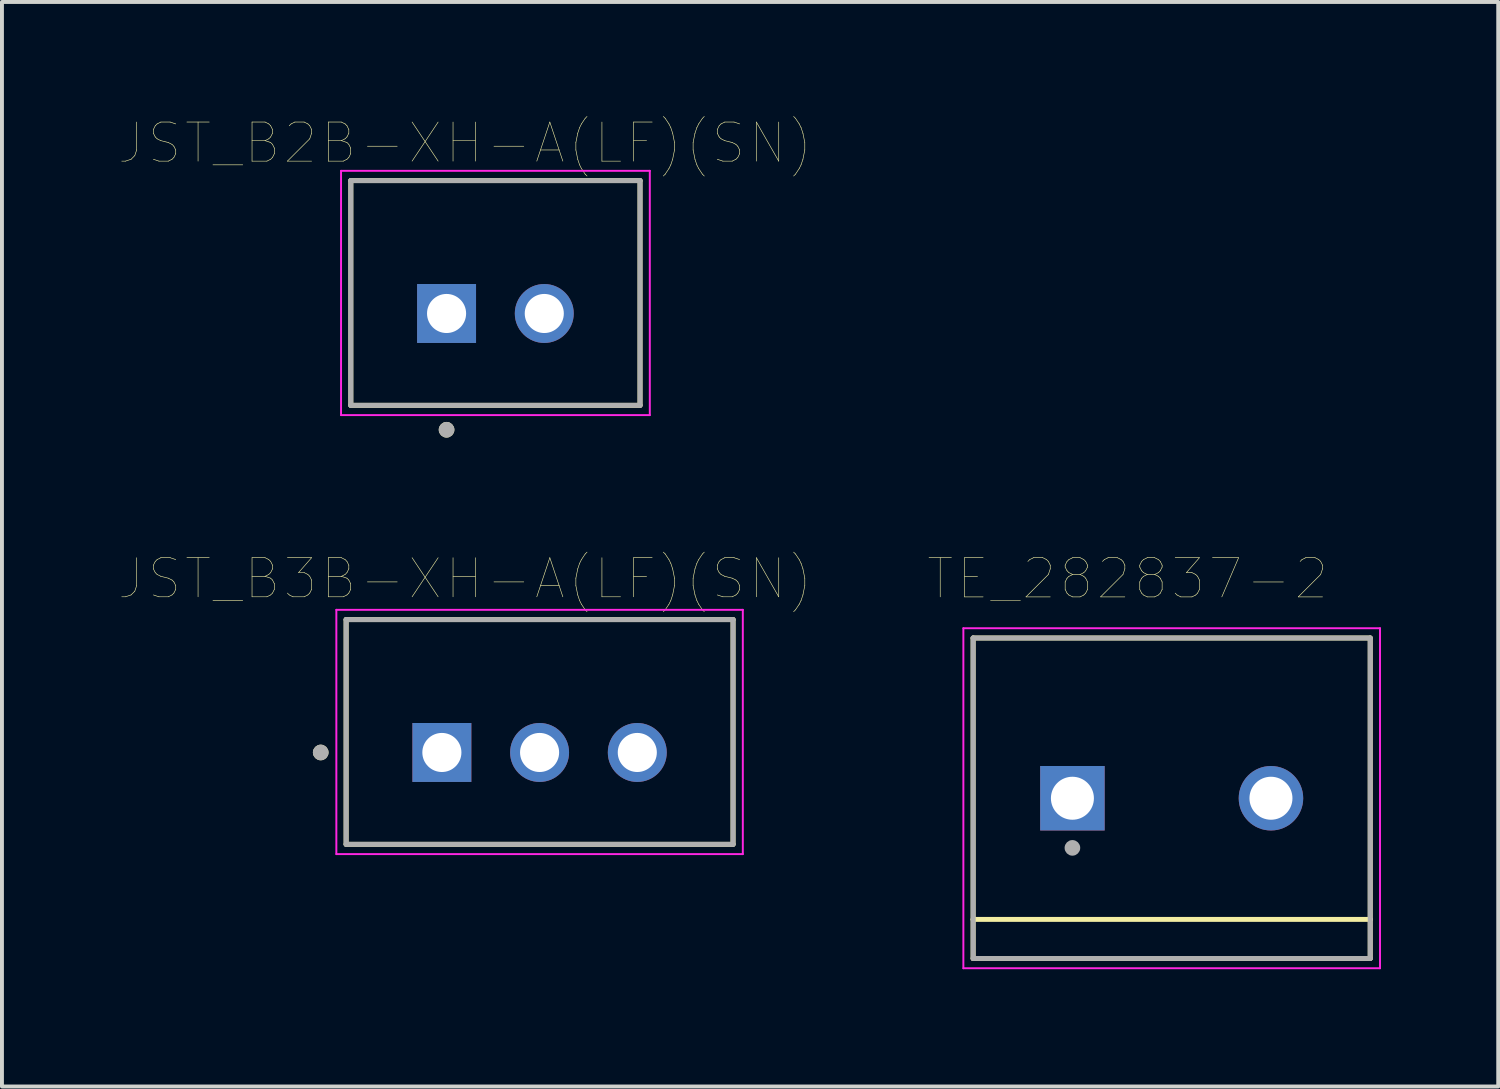
<source format=kicad_pcb>
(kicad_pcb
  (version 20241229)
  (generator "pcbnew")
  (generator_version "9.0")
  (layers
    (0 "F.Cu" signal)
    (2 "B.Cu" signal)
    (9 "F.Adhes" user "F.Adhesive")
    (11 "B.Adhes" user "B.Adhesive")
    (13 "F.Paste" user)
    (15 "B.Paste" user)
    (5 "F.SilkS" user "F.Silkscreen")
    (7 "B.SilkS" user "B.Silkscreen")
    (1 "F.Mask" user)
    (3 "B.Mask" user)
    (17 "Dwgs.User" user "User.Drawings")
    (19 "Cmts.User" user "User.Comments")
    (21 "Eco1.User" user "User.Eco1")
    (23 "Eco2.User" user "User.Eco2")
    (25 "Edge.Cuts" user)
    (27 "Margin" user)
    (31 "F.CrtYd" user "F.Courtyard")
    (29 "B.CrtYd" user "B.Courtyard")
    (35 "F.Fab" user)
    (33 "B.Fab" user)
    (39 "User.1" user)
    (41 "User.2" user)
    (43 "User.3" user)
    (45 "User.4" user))
  (footprint "TE_282837-2"
    (layer "F.Cu")
    (at 26.929 17.374)
    (property "Reference" "TE_282837-2" (at -1.127 -5.615 0) (layer "F.SilkS") (effects (font (size 1.002 1.002) (thickness 0.015))))
    (attr through_hole)
    (fp_line (start -5.08 -4.1) (end 5.08 -4.1) (stroke (width 0.127) (type solid)) (layer "F.SilkS"))
    (fp_line (start -5.08 3.1) (end -5.08 -4.1) (stroke (width 0.127) (type solid)) (layer "F.SilkS"))
    (fp_line (start -5.08 3.1) (end 5.08 3.1) (stroke (width 0.127) (type solid)) (layer "F.SilkS"))
    (fp_line (start -5.08 4.1) (end -5.08 3.1) (stroke (width 0.127) (type solid)) (layer "F.SilkS"))
    (fp_line (start 5.08 -4.1) (end 5.08 3.1) (stroke (width 0.127) (type solid)) (layer "F.SilkS"))
    (fp_line (start 5.08 3.1) (end 5.08 4.1) (stroke (width 0.127) (type solid)) (layer "F.SilkS"))
    (fp_line (start 5.08 4.1) (end -5.08 4.1) (stroke (width 0.127) (type solid)) (layer "F.SilkS"))
    (fp_line (start -5.33 -4.35) (end 5.33 -4.35) (stroke (width 0.05) (type solid)) (layer "F.CrtYd"))
    (fp_line (start -5.33 4.35) (end -5.33 -4.35) (stroke (width 0.05) (type solid)) (layer "F.CrtYd"))
    (fp_line (start 5.33 -4.35) (end 5.33 4.35) (stroke (width 0.05) (type solid)) (layer "F.CrtYd"))
    (fp_line (start 5.33 4.35) (end -5.33 4.35) (stroke (width 0.05) (type solid)) (layer "F.CrtYd"))
    (fp_line (start -5.08 -4.1) (end 5.08 -4.1) (stroke (width 0.127) (type solid)) (layer "F.Fab"))
    (fp_line (start -5.08 4.1) (end -5.08 -4.1) (stroke (width 0.127) (type solid)) (layer "F.Fab"))
    (fp_line (start 5.08 -4.1) (end 5.08 4.1) (stroke (width 0.127) (type solid)) (layer "F.Fab"))
    (fp_line (start 5.08 4.1) (end -5.08 4.1) (stroke (width 0.127) (type solid)) (layer "F.Fab"))
    (fp_circle (center -2.54 1.27) (end -2.44 1.27) (stroke (width 0.2) (type solid)) (fill no) (layer "F.Fab"))
    (pad "1" thru_hole rect (at -2.54 0) (size 1.65 1.65) (drill 1.1) (layers "*.Cu" "*.Mask"))
    (pad "2" thru_hole circle (at 2.54 0) (size 1.65 1.65) (drill 1.1) (layers "*.Cu" "*.Mask")))
  (footprint "JST_B3B-XH-A(LF)(SN)"
    (layer "F.Cu")
    (at 10.756 16.203)
    (property "Reference" "JST_B3B-XH-A(LF)(SN)" (at -1.905 -4.445 0) (layer "F.SilkS") (effects (font (size 1 1) (thickness 0.015))))
    (attr through_hole)
    (fp_line (start -4.95 -3.4) (end 4.95 -3.4) (stroke (width 0.127) (type solid)) (layer "F.SilkS"))
    (fp_line (start -4.95 2.35) (end -4.95 -3.4) (stroke (width 0.127) (type solid)) (layer "F.SilkS"))
    (fp_line (start 4.95 -3.4) (end 4.95 2.35) (stroke (width 0.127) (type solid)) (layer "F.SilkS"))
    (fp_line (start 4.95 2.35) (end -4.95 2.35) (stroke (width 0.127) (type solid)) (layer "F.SilkS"))
    (fp_circle (center -5.6 0) (end -5.5 0) (stroke (width 0.2) (type solid)) (fill no) (layer "F.SilkS"))
    (fp_line (start -5.2 -3.65) (end 5.2 -3.65) (stroke (width 0.05) (type solid)) (layer "F.CrtYd"))
    (fp_line (start -5.2 2.6) (end -5.2 -3.65) (stroke (width 0.05) (type solid)) (layer "F.CrtYd"))
    (fp_line (start 5.2 -3.65) (end 5.2 2.6) (stroke (width 0.05) (type solid)) (layer "F.CrtYd"))
    (fp_line (start 5.2 2.6) (end -5.2 2.6) (stroke (width 0.05) (type solid)) (layer "F.CrtYd"))
    (fp_line (start -4.95 -3.4) (end 4.95 -3.4) (stroke (width 0.127) (type solid)) (layer "F.Fab"))
    (fp_line (start -4.95 2.35) (end -4.95 -3.4) (stroke (width 0.127) (type solid)) (layer "F.Fab"))
    (fp_line (start 4.95 -3.4) (end 4.95 2.35) (stroke (width 0.127) (type solid)) (layer "F.Fab"))
    (fp_line (start 4.95 2.35) (end -4.95 2.35) (stroke (width 0.127) (type solid)) (layer "F.Fab"))
    (fp_circle (center -5.6 0) (end -5.5 0) (stroke (width 0.2) (type solid)) (fill no) (layer "F.Fab"))
    (pad "1" thru_hole rect (at -2.5 0) (size 1.508 1.508) (drill 1) (layers "*.Cu" "*.Mask"))
    (pad "2" thru_hole circle (at 0 0) (size 1.508 1.508) (drill 1) (layers "*.Cu" "*.Mask"))
    (pad "3" thru_hole circle (at 2.5 0) (size 1.508 1.508) (drill 1) (layers "*.Cu" "*.Mask")))
  (footprint "JST_B2B-XH-A(LF)(SN)"
    (layer "F.Cu")
    (at 9.626 4.446)
    (property "Reference" "JST_B2B-XH-A(LF)(SN)" (at -0.775 -3.835 0) (layer "F.SilkS") (effects (font (size 1 1) (thickness 0.015))))
    (attr through_hole)
    (fp_line (start -3.7 -2.875) (end 3.7 -2.875) (stroke (width 0.127) (type solid)) (layer "F.SilkS"))
    (fp_line (start -3.7 2.875) (end -3.7 -2.875) (stroke (width 0.127) (type solid)) (layer "F.SilkS"))
    (fp_line (start 3.7 -2.875) (end 3.7 2.875) (stroke (width 0.127) (type solid)) (layer "F.SilkS"))
    (fp_line (start 3.7 2.875) (end -3.7 2.875) (stroke (width 0.127) (type solid)) (layer "F.SilkS"))
    (fp_circle (center -1.25 3.5) (end -1.15 3.5) (stroke (width 0.2) (type solid)) (fill no) (layer "F.SilkS"))
    (fp_line (start -3.95 -3.125) (end 3.95 -3.125) (stroke (width 0.05) (type solid)) (layer "F.CrtYd"))
    (fp_line (start -3.95 3.125) (end -3.95 -3.125) (stroke (width 0.05) (type solid)) (layer "F.CrtYd"))
    (fp_line (start 3.95 -3.125) (end 3.95 3.125) (stroke (width 0.05) (type solid)) (layer "F.CrtYd"))
    (fp_line (start 3.95 3.125) (end -3.95 3.125) (stroke (width 0.05) (type solid)) (layer "F.CrtYd"))
    (fp_line (start -3.7 -2.875) (end 3.7 -2.875) (stroke (width 0.127) (type solid)) (layer "F.Fab"))
    (fp_line (start -3.7 2.875) (end -3.7 -2.875) (stroke (width 0.127) (type solid)) (layer "F.Fab"))
    (fp_line (start 3.7 -2.875) (end 3.7 2.875) (stroke (width 0.127) (type solid)) (layer "F.Fab"))
    (fp_line (start 3.7 2.875) (end -3.7 2.875) (stroke (width 0.127) (type solid)) (layer "F.Fab"))
    (fp_circle (center -1.25 3.5) (end -1.15 3.5) (stroke (width 0.2) (type solid)) (fill no) (layer "F.Fab"))
    (pad "1" thru_hole rect (at -1.25 0.525) (size 1.508 1.508) (drill 1) (layers "*.Cu" "*.Mask"))
    (pad "2" thru_hole circle (at 1.25 0.525) (size 1.508 1.508) (drill 1) (layers "*.Cu" "*.Mask")))
  (gr_rect
    (start -3 -3)
    (end 35.284 24.749)
    (stroke (width 0.1) (type default))
    (fill no)
    (layer "Edge.Cuts")))
</source>
